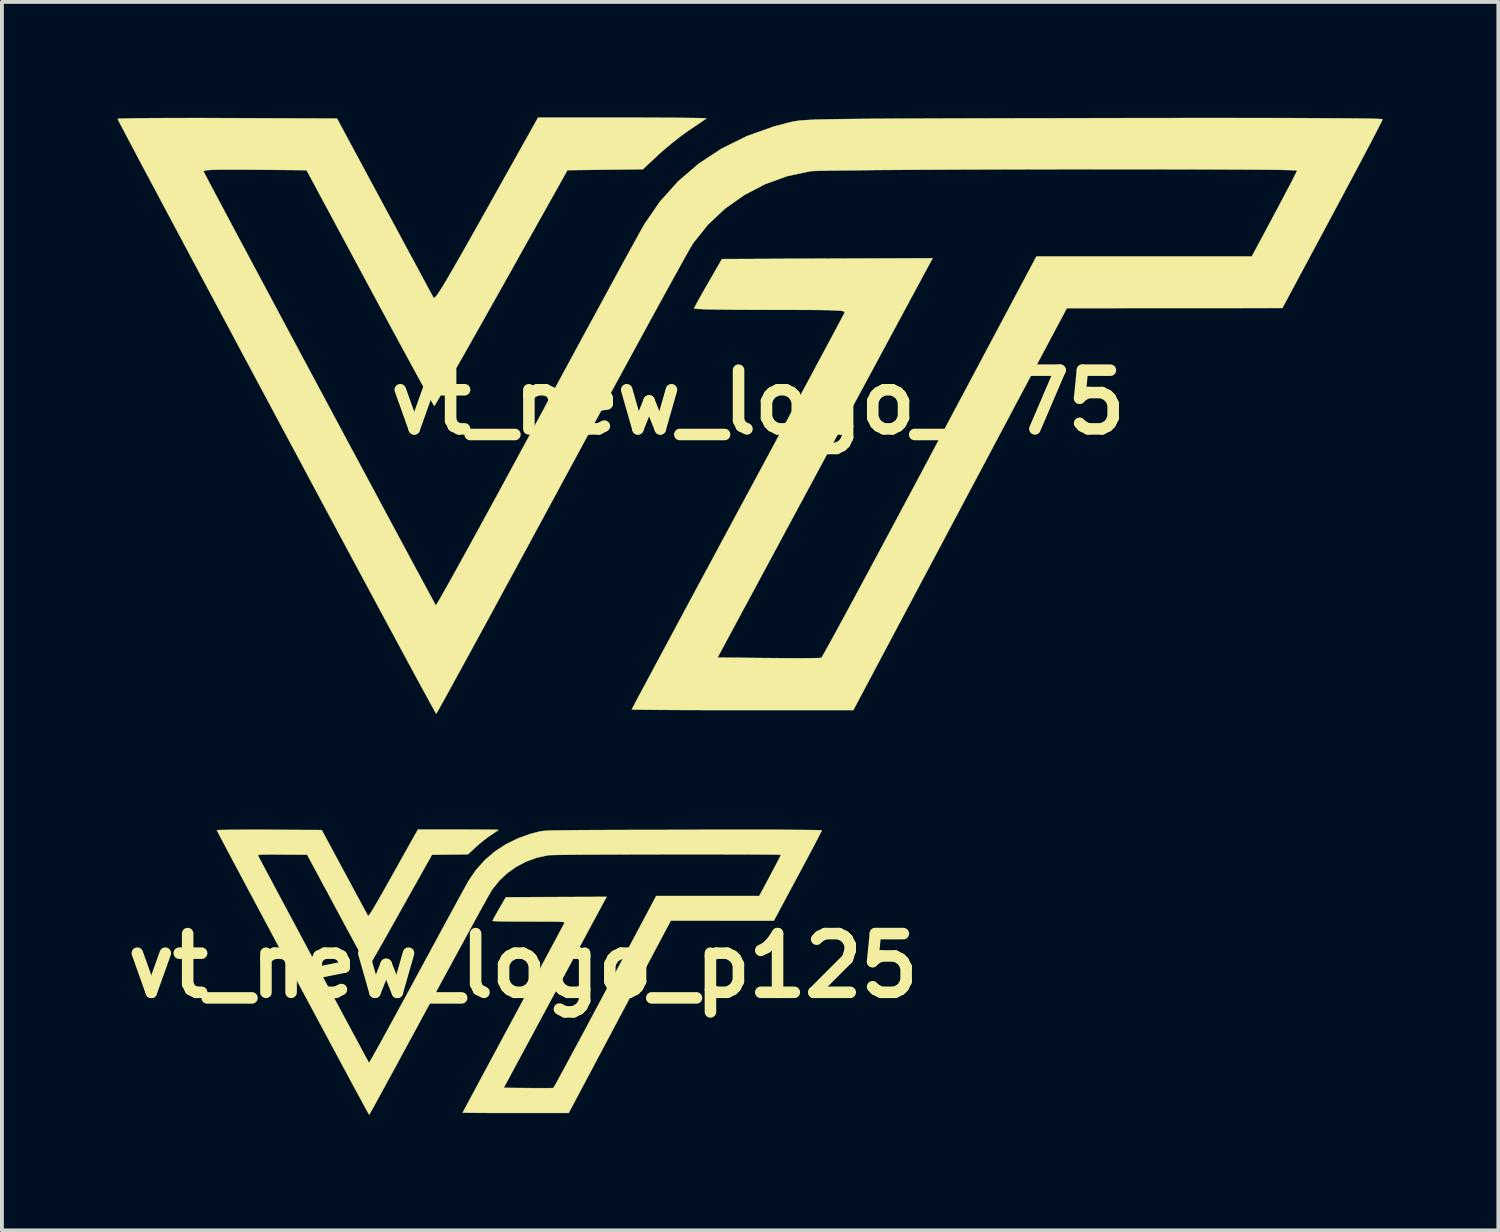
<source format=kicad_pcb>
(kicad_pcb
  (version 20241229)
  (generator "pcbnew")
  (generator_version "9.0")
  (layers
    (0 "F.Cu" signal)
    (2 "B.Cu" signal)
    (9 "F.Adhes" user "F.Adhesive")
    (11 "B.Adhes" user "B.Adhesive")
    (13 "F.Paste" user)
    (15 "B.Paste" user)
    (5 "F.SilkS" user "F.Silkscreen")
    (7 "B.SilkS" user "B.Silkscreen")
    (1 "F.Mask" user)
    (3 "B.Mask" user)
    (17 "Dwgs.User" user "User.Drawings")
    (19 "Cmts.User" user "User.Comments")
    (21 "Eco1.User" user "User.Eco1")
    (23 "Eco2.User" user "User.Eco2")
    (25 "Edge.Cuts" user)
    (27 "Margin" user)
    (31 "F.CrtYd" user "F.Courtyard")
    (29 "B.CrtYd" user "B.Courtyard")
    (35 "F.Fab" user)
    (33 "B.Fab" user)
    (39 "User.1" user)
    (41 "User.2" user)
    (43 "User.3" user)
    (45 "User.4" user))
  (footprint "vt_new_logo_p75"
    (layer "F.Cu")
    (at 16.63 7.394)
    (property "Reference" "vt_new_logo_p75" (at 0 0 0) (layer "F.SilkS") (effects (font (size 1.524 1.524) (thickness 0.3))))
    (attr through_hole)
    (fp_poly (pts (xy -3.079 -7.389) (xy -2.67 -7.388) (xy -2.299 -7.386) (xy -1.977 -7.384) (xy -1.711 -7.381) (xy -1.511 -7.378) (xy -1.385 -7.375) (xy -1.343 -7.371) (xy -1.343 -7.371) (xy -1.387 -7.339) (xy -1.491 -7.268) (xy -1.639 -7.168) (xy -1.778 -7.075) (xy -1.996 -6.919) (xy -2.241 -6.727) (xy -2.477 -6.529) (xy -2.592 -6.425) (xy -2.991 -6.052) (xy -3.97 -6.039) (xy -4.95 -6.027) (xy -6.665 -2.967) (xy -6.94 -2.478) (xy -7.201 -2.014) (xy -7.446 -1.579) (xy -7.671 -1.182) (xy -7.873 -0.827) (xy -8.048 -0.52) (xy -8.192 -0.269) (xy -8.302 -0.079) (xy -8.374 0.043) (xy -8.406 0.092) (xy -8.406 0.092) (xy -8.432 0.053) (xy -8.498 -0.062) (xy -8.6 -0.246) (xy -8.736 -0.492) (xy -8.901 -0.794) (xy -9.093 -1.147) (xy -9.308 -1.543) (xy -9.543 -1.976) (xy -9.794 -2.441) (xy -10.057 -2.931) (xy -10.077 -2.967) (xy -11.722 -6.027) (xy -13.071 -6.039) (xy -13.472 -6.042) (xy -13.789 -6.042) (xy -14.03 -6.04) (xy -14.203 -6.034) (xy -14.317 -6.026) (xy -14.379 -6.013) (xy -14.397 -5.997) (xy -14.397 -5.993) (xy -14.371 -5.943) (xy -14.306 -5.818) (xy -14.203 -5.623) (xy -14.065 -5.364) (xy -13.897 -5.047) (xy -13.7 -4.677) (xy -13.478 -4.261) (xy -13.233 -3.803) (xy -12.97 -3.31) (xy -12.69 -2.787) (xy -12.398 -2.239) (xy -12.095 -1.673) (xy -11.786 -1.095) (xy -11.472 -0.509) (xy -11.158 0.078) (xy -10.846 0.661) (xy -10.539 1.234) (xy -10.24 1.791) (xy -9.953 2.327) (xy -9.68 2.836) (xy -9.424 3.313) (xy -9.188 3.751) (xy -8.977 4.145) (xy -8.791 4.489) (xy -8.635 4.778) (xy -8.512 5.006) (xy -8.425 5.168) (xy -8.376 5.256) (xy -8.366 5.272) (xy -8.341 5.237) (xy -8.274 5.124) (xy -8.17 4.941) (xy -8.029 4.691) (xy -7.856 4.38) (xy -7.653 4.012) (xy -7.422 3.592) (xy -7.167 3.127) (xy -6.89 2.619) (xy -6.594 2.075) (xy -6.282 1.5) (xy -5.955 0.898) (xy -5.75 0.517) (xy -5.412 -0.107) (xy -5.084 -0.714) (xy -4.768 -1.297) (xy -4.467 -1.852) (xy -4.184 -2.372) (xy -3.923 -2.853) (xy -3.686 -3.288) (xy -3.477 -3.672) (xy -3.297 -4) (xy -3.151 -4.265) (xy -3.042 -4.464) (xy -2.971 -4.589) (xy -2.952 -4.623) (xy -2.548 -5.21) (xy -2.078 -5.734) (xy -1.544 -6.193) (xy -0.95 -6.585) (xy -0.297 -6.908) (xy 0.411 -7.161) (xy 0.808 -7.265) (xy 0.863 -7.278) (xy 0.919 -7.289) (xy 0.979 -7.3) (xy 1.048 -7.309) (xy 1.131 -7.317) (xy 1.232 -7.325) (xy 1.355 -7.332) (xy 1.506 -7.338) (xy 1.687 -7.343) (xy 1.904 -7.348) (xy 2.161 -7.352) (xy 2.463 -7.355) (xy 2.813 -7.359) (xy 3.217 -7.361) (xy 3.679 -7.364) (xy 4.203 -7.366) (xy 4.793 -7.368) (xy 5.455 -7.37) (xy 6.192 -7.372) (xy 7.008 -7.374) (xy 7.91 -7.375) (xy 8.717 -7.377) (xy 9.815 -7.379) (xy 10.829 -7.38) (xy 11.757 -7.381) (xy 12.599 -7.38) (xy 13.355 -7.38) (xy 14.024 -7.378) (xy 14.605 -7.375) (xy 15.097 -7.372) (xy 15.501 -7.369) (xy 15.814 -7.364) (xy 16.037 -7.359) (xy 16.169 -7.353) (xy 16.21 -7.347) (xy 16.189 -7.299) (xy 16.127 -7.177) (xy 16.03 -6.988) (xy 15.9 -6.739) (xy 15.742 -6.439) (xy 15.559 -6.092) (xy 15.354 -5.708) (xy 15.133 -5.293) (xy 14.909 -4.874) (xy 13.608 -2.448) (xy 10.81 -2.447) (xy 8.013 -2.445) (xy 5.242 2.771) (xy 2.471 7.988) (xy -0.404 7.988) (xy -0.91 7.988) (xy -1.387 7.988) (xy -1.829 7.987) (xy -2.226 7.985) (xy -2.571 7.983) (xy -2.857 7.98) (xy -3.075 7.978) (xy -3.218 7.975) (xy -3.278 7.972) (xy -3.279 7.971) (xy -3.257 7.929) (xy -3.195 7.81) (xy -3.094 7.62) (xy -2.956 7.363) (xy -2.786 7.045) (xy -2.584 6.669) (xy -2.355 6.242) (xy -2.1 5.767) (xy -1.823 5.25) (xy -1.525 4.696) (xy -1.209 4.11) (xy -0.879 3.495) (xy -0.536 2.858) (xy -0.533 2.853) (xy -0.189 2.215) (xy 0.143 1.598) (xy 0.46 1.009) (xy 0.76 0.451) (xy 1.039 -0.071) (xy 1.297 -0.55) (xy 1.529 -0.983) (xy 1.733 -1.364) (xy 1.907 -1.689) (xy 2.047 -1.953) (xy 2.152 -2.149) (xy 2.218 -2.275) (xy 2.243 -2.324) (xy 2.245 -2.343) (xy 2.23 -2.358) (xy 2.19 -2.371) (xy 2.117 -2.381) (xy 2.002 -2.388) (xy 1.839 -2.394) (xy 1.619 -2.397) (xy 1.335 -2.4) (xy 0.977 -2.401) (xy 0.539 -2.401) (xy 0.305 -2.401) (xy -0.111 -2.402) (xy -0.497 -2.404) (xy -0.844 -2.408) (xy -1.141 -2.413) (xy -1.38 -2.418) (xy -1.552 -2.425) (xy -1.646 -2.432) (xy -1.661 -2.436) (xy -1.638 -2.486) (xy -1.577 -2.601) (xy -1.485 -2.767) (xy -1.371 -2.969) (xy -1.299 -3.094) (xy -0.939 -3.718) (xy 1.795 -3.73) (xy 4.529 -3.741) (xy 4.286 -3.291) (xy 4.233 -3.191) (xy 4.138 -3.016) (xy 4.006 -2.771) (xy 3.839 -2.461) (xy 3.641 -2.093) (xy 3.415 -1.673) (xy 3.163 -1.205) (xy 2.888 -0.696) (xy 2.595 -0.151) (xy 2.285 0.424) (xy 1.963 1.023) (xy 1.63 1.64) (xy 1.494 1.893) (xy -1.055 6.627) (xy 0.268 6.639) (xy 0.61 6.642) (xy 0.923 6.643) (xy 1.194 6.643) (xy 1.412 6.641) (xy 1.563 6.638) (xy 1.637 6.634) (xy 1.642 6.633) (xy 1.669 6.59) (xy 1.737 6.471) (xy 1.843 6.28) (xy 1.985 6.022) (xy 2.159 5.702) (xy 2.363 5.325) (xy 2.595 4.895) (xy 2.852 4.417) (xy 3.132 3.897) (xy 3.43 3.339) (xy 3.746 2.748) (xy 4.077 2.129) (xy 4.419 1.487) (xy 4.458 1.413) (xy 7.225 -3.787) (xy 12.816 -3.787) (xy 13.405 -4.887) (xy 13.56 -5.179) (xy 13.7 -5.444) (xy 13.819 -5.671) (xy 13.911 -5.85) (xy 13.971 -5.969) (xy 13.993 -6.018) (xy 13.993 -6.019) (xy 13.948 -6.024) (xy 13.817 -6.029) (xy 13.606 -6.034) (xy 13.323 -6.038) (xy 12.973 -6.041) (xy 12.563 -6.044) (xy 12.099 -6.046) (xy 11.587 -6.048) (xy 11.035 -6.05) (xy 10.449 -6.051) (xy 9.835 -6.052) (xy 9.199 -6.052) (xy 8.548 -6.051) (xy 7.889 -6.051) (xy 7.227 -6.05) (xy 6.57 -6.048) (xy 5.924 -6.046) (xy 5.295 -6.044) (xy 4.689 -6.041) (xy 4.114 -6.038) (xy 3.575 -6.034) (xy 3.079 -6.031) (xy 2.632 -6.026) (xy 2.241 -6.022) (xy 1.913 -6.017) (xy 1.653 -6.012) (xy 1.469 -6.007) (xy 1.366 -6.001) (xy 1.356 -6) (xy 0.755 -5.872) (xy 0.178 -5.663) (xy -0.364 -5.379) (xy -0.861 -5.028) (xy -1.301 -4.615) (xy -1.674 -4.149) (xy -1.715 -4.087) (xy -1.761 -4.009) (xy -1.849 -3.854) (xy -1.975 -3.628) (xy -2.137 -3.335) (xy -2.333 -2.98) (xy -2.559 -2.568) (xy -2.813 -2.104) (xy -3.092 -1.593) (xy -3.394 -1.038) (xy -3.716 -0.447) (xy -4.055 0.178) (xy -4.409 0.831) (xy -4.775 1.507) (xy -5.128 2.159) (xy -5.499 2.846) (xy -5.859 3.51) (xy -6.204 4.148) (xy -6.533 4.753) (xy -6.842 5.323) (xy -7.13 5.852) (xy -7.394 6.336) (xy -7.631 6.77) (xy -7.839 7.15) (xy -8.015 7.472) (xy -8.158 7.73) (xy -8.264 7.921) (xy -8.331 8.04) (xy -8.357 8.082) (xy -8.357 8.082) (xy -8.381 8.042) (xy -8.446 7.924) (xy -8.551 7.733) (xy -8.693 7.472) (xy -8.87 7.146) (xy -9.08 6.758) (xy -9.32 6.313) (xy -9.589 5.813) (xy -9.885 5.264) (xy -10.205 4.669) (xy -10.547 4.033) (xy -10.909 3.358) (xy -11.289 2.65) (xy -11.684 1.912) (xy -12.093 1.147) (xy -12.505 0.379) (xy -12.925 -0.407) (xy -13.334 -1.171) (xy -13.728 -1.91) (xy -14.107 -2.619) (xy -14.468 -3.294) (xy -14.808 -3.932) (xy -15.125 -4.527) (xy -15.419 -5.078) (xy -15.685 -5.578) (xy -15.923 -6.025) (xy -16.13 -6.414) (xy -16.303 -6.742) (xy -16.442 -7.004) (xy -16.543 -7.196) (xy -16.605 -7.315) (xy -16.625 -7.357) (xy -16.581 -7.362) (xy -16.451 -7.367) (xy -16.245 -7.372) (xy -15.971 -7.375) (xy -15.635 -7.378) (xy -15.246 -7.379) (xy -14.813 -7.38) (xy -14.342 -7.38) (xy -13.842 -7.378) (xy -13.779 -7.378) (xy -10.932 -7.366) (xy -9.702 -5.08) (xy -9.472 -4.654) (xy -9.255 -4.251) (xy -9.055 -3.879) (xy -8.874 -3.545) (xy -8.719 -3.256) (xy -8.592 -3.021) (xy -8.498 -2.847) (xy -8.44 -2.741) (xy -8.425 -2.713) (xy -8.408 -2.708) (xy -8.376 -2.734) (xy -8.327 -2.796) (xy -8.257 -2.9) (xy -8.163 -3.051) (xy -8.043 -3.253) (xy -7.892 -3.512) (xy -7.708 -3.834) (xy -7.488 -4.223) (xy -7.228 -4.684) (xy -7.045 -5.01) (xy -5.713 -7.389) (xy -3.518 -7.389) (xy -3.079 -7.389)) (stroke (width 0.01) (type solid)) (fill yes) (layer "F.SilkS")))
  (footprint "vt_new_logo_p125"
    (layer "F.Cu")
    (at 10.53 22.02)
    (property "Reference" "vt_new_logo_p125" (at 0 0 0) (layer "F.SilkS") (effects (font (size 1.524 1.524) (thickness 0.3))))
    (attr through_hole)
    (fp_poly (pts (xy -1.473 -3.534) (xy -1.277 -3.533) (xy -1.1 -3.532) (xy -0.945 -3.531) (xy -0.818 -3.53) (xy -0.723 -3.529) (xy -0.663 -3.527) (xy -0.642 -3.525) (xy -0.642 -3.525) (xy -0.663 -3.51) (xy -0.713 -3.476) (xy -0.784 -3.428) (xy -0.85 -3.384) (xy -0.955 -3.309) (xy -1.072 -3.217) (xy -1.184 -3.123) (xy -1.24 -3.073) (xy -1.43 -2.894) (xy -1.899 -2.888) (xy -2.367 -2.882) (xy -3.188 -1.419) (xy -3.319 -1.185) (xy -3.444 -0.963) (xy -3.561 -0.755) (xy -3.669 -0.565) (xy -3.765 -0.395) (xy -3.849 -0.249) (xy -3.918 -0.129) (xy -3.97 -0.038) (xy -4.005 0.021) (xy -4.02 0.044) (xy -4.02 0.044) (xy -4.033 0.025) (xy -4.064 -0.03) (xy -4.113 -0.118) (xy -4.178 -0.235) (xy -4.257 -0.38) (xy -4.349 -0.548) (xy -4.452 -0.738) (xy -4.564 -0.945) (xy -4.684 -1.167) (xy -4.81 -1.402) (xy -4.819 -1.419) (xy -5.606 -2.882) (xy -6.251 -2.888) (xy -6.443 -2.89) (xy -6.595 -2.89) (xy -6.71 -2.889) (xy -6.793 -2.886) (xy -6.847 -2.882) (xy -6.877 -2.876) (xy -6.886 -2.868) (xy -6.885 -2.866) (xy -6.873 -2.842) (xy -6.842 -2.782) (xy -6.793 -2.689) (xy -6.727 -2.565) (xy -6.646 -2.414) (xy -6.552 -2.237) (xy -6.446 -2.038) (xy -6.329 -1.819) (xy -6.203 -1.583) (xy -6.069 -1.333) (xy -5.929 -1.071) (xy -5.785 -0.8) (xy -5.637 -0.524) (xy -5.487 -0.243) (xy -5.336 0.037) (xy -5.187 0.316) (xy -5.04 0.59) (xy -4.897 0.857) (xy -4.76 1.113) (xy -4.629 1.357) (xy -4.507 1.584) (xy -4.394 1.794) (xy -4.293 1.982) (xy -4.205 2.147) (xy -4.13 2.285) (xy -4.071 2.394) (xy -4.029 2.471) (xy -4.006 2.514) (xy -4.001 2.522) (xy -3.989 2.504) (xy -3.957 2.451) (xy -3.907 2.363) (xy -3.84 2.243) (xy -3.757 2.095) (xy -3.66 1.919) (xy -3.55 1.718) (xy -3.428 1.495) (xy -3.295 1.253) (xy -3.154 0.993) (xy -3.004 0.717) (xy -2.848 0.429) (xy -2.75 0.247) (xy -2.588 -0.051) (xy -2.431 -0.341) (xy -2.28 -0.62) (xy -2.136 -0.886) (xy -2.001 -1.135) (xy -1.876 -1.364) (xy -1.763 -1.572) (xy -1.663 -1.756) (xy -1.577 -1.913) (xy -1.507 -2.04) (xy -1.455 -2.135) (xy -1.421 -2.195) (xy -1.412 -2.211) (xy -1.219 -2.492) (xy -0.994 -2.742) (xy -0.739 -2.962) (xy -0.454 -3.149) (xy -0.142 -3.304) (xy 0.197 -3.425) (xy 0.387 -3.475) (xy 0.413 -3.481) (xy 0.439 -3.486) (xy 0.468 -3.491) (xy 0.501 -3.496) (xy 0.541 -3.5) (xy 0.589 -3.503) (xy 0.648 -3.506) (xy 0.72 -3.509) (xy 0.807 -3.512) (xy 0.911 -3.514) (xy 1.034 -3.516) (xy 1.178 -3.518) (xy 1.345 -3.519) (xy 1.539 -3.521) (xy 1.759 -3.522) (xy 2.01 -3.523) (xy 2.292 -3.524) (xy 2.609 -3.525) (xy 2.961 -3.526) (xy 3.352 -3.526) (xy 3.783 -3.527) (xy 4.169 -3.528) (xy 4.694 -3.529) (xy 5.179 -3.53) (xy 5.623 -3.53) (xy 6.026 -3.53) (xy 6.387 -3.529) (xy 6.707 -3.529) (xy 6.985 -3.527) (xy 7.221 -3.526) (xy 7.413 -3.524) (xy 7.563 -3.522) (xy 7.67 -3.519) (xy 7.733 -3.517) (xy 7.753 -3.514) (xy 7.742 -3.491) (xy 7.713 -3.432) (xy 7.666 -3.342) (xy 7.604 -3.223) (xy 7.529 -3.079) (xy 7.441 -2.914) (xy 7.343 -2.73) (xy 7.238 -2.532) (xy 7.13 -2.331) (xy 6.508 -1.171) (xy 5.17 -1.17) (xy 3.832 -1.17) (xy 2.507 1.325) (xy 1.182 3.82) (xy -0.193 3.821) (xy -0.435 3.821) (xy -0.664 3.82) (xy -0.875 3.82) (xy -1.065 3.819) (xy -1.23 3.818) (xy -1.366 3.817) (xy -1.471 3.815) (xy -1.539 3.814) (xy -1.568 3.813) (xy -1.568 3.812) (xy -1.558 3.792) (xy -1.528 3.735) (xy -1.48 3.644) (xy -1.414 3.522) (xy -1.332 3.369) (xy -1.236 3.19) (xy -1.126 2.985) (xy -1.004 2.758) (xy -0.872 2.511) (xy -0.729 2.246) (xy -0.578 1.965) (xy -0.42 1.672) (xy -0.256 1.367) (xy -0.255 1.365) (xy -0.09 1.059) (xy 0.068 0.764) (xy 0.22 0.482) (xy 0.363 0.216) (xy 0.497 -0.034) (xy 0.62 -0.263) (xy 0.731 -0.47) (xy 0.829 -0.653) (xy 0.912 -0.808) (xy 0.979 -0.934) (xy 1.029 -1.028) (xy 1.061 -1.088) (xy 1.073 -1.111) (xy 1.074 -1.12) (xy 1.066 -1.128) (xy 1.047 -1.134) (xy 1.012 -1.139) (xy 0.958 -1.142) (xy 0.88 -1.145) (xy 0.775 -1.147) (xy 0.638 -1.148) (xy 0.467 -1.148) (xy 0.258 -1.149) (xy 0.146 -1.149) (xy -0.053 -1.149) (xy -0.238 -1.15) (xy -0.404 -1.152) (xy -0.546 -1.154) (xy -0.66 -1.157) (xy -0.742 -1.16) (xy -0.787 -1.163) (xy -0.794 -1.165) (xy -0.783 -1.189) (xy -0.754 -1.244) (xy -0.71 -1.323) (xy -0.656 -1.42) (xy -0.621 -1.48) (xy -0.449 -1.778) (xy 0.859 -1.784) (xy 2.166 -1.789) (xy 2.05 -1.574) (xy 2.024 -1.526) (xy 1.979 -1.442) (xy 1.916 -1.325) (xy 1.836 -1.177) (xy 1.741 -1.001) (xy 1.633 -0.8) (xy 1.513 -0.576) (xy 1.381 -0.333) (xy 1.241 -0.072) (xy 1.093 0.203) (xy 0.939 0.489) (xy 0.78 0.785) (xy 0.714 0.906) (xy -0.505 3.169) (xy 0.128 3.175) (xy 0.292 3.177) (xy 0.441 3.177) (xy 0.571 3.177) (xy 0.675 3.176) (xy 0.748 3.175) (xy 0.783 3.173) (xy 0.785 3.172) (xy 0.798 3.152) (xy 0.831 3.095) (xy 0.882 3.004) (xy 0.949 2.88) (xy 1.033 2.727) (xy 1.13 2.547) (xy 1.241 2.341) (xy 1.364 2.113) (xy 1.498 1.864) (xy 1.641 1.597) (xy 1.792 1.314) (xy 1.95 1.018) (xy 2.113 0.711) (xy 2.132 0.676) (xy 3.455 -1.811) (xy 6.13 -1.811) (xy 6.411 -2.337) (xy 6.485 -2.477) (xy 6.552 -2.603) (xy 6.609 -2.712) (xy 6.653 -2.798) (xy 6.682 -2.855) (xy 6.692 -2.878) (xy 6.692 -2.878) (xy 6.671 -2.881) (xy 6.608 -2.883) (xy 6.507 -2.886) (xy 6.372 -2.888) (xy 6.204 -2.889) (xy 6.008 -2.891) (xy 5.786 -2.892) (xy 5.542 -2.893) (xy 5.278 -2.893) (xy 4.997 -2.894) (xy 4.704 -2.894) (xy 4.4 -2.894) (xy 4.088 -2.894) (xy 3.773 -2.894) (xy 3.457 -2.893) (xy 3.142 -2.893) (xy 2.833 -2.892) (xy 2.532 -2.89) (xy 2.243 -2.889) (xy 1.967 -2.888) (xy 1.71 -2.886) (xy 1.472 -2.884) (xy 1.259 -2.882) (xy 1.072 -2.88) (xy 0.915 -2.878) (xy 0.791 -2.875) (xy 0.703 -2.873) (xy 0.653 -2.87) (xy 0.649 -2.869) (xy 0.361 -2.808) (xy 0.085 -2.708) (xy -0.174 -2.573) (xy -0.412 -2.405) (xy -0.622 -2.207) (xy -0.8 -1.984) (xy -0.82 -1.955) (xy -0.842 -1.917) (xy -0.884 -1.843) (xy -0.945 -1.735) (xy -1.022 -1.595) (xy -1.116 -1.425) (xy -1.224 -1.228) (xy -1.345 -1.006) (xy -1.479 -0.762) (xy -1.623 -0.497) (xy -1.777 -0.214) (xy -1.939 0.085) (xy -2.109 0.397) (xy -2.284 0.721) (xy -2.452 1.033) (xy -2.63 1.361) (xy -2.802 1.679) (xy -2.967 1.984) (xy -3.125 2.273) (xy -3.272 2.546) (xy -3.41 2.799) (xy -3.536 3.03) (xy -3.649 3.238) (xy -3.749 3.42) (xy -3.833 3.574) (xy -3.901 3.697) (xy -3.952 3.788) (xy -3.984 3.845) (xy -3.997 3.865) (xy -3.997 3.865) (xy -4.008 3.846) (xy -4.04 3.79) (xy -4.09 3.698) (xy -4.158 3.574) (xy -4.242 3.418) (xy -4.343 3.232) (xy -4.458 3.019) (xy -4.586 2.78) (xy -4.728 2.518) (xy -4.881 2.233) (xy -5.044 1.929) (xy -5.217 1.606) (xy -5.399 1.267) (xy -5.588 0.914) (xy -5.784 0.549) (xy -5.98 0.181) (xy -6.182 -0.195) (xy -6.377 -0.56) (xy -6.566 -0.913) (xy -6.747 -1.253) (xy -6.919 -1.575) (xy -7.082 -1.88) (xy -7.234 -2.165) (xy -7.374 -2.428) (xy -7.502 -2.668) (xy -7.615 -2.881) (xy -7.714 -3.068) (xy -7.797 -3.224) (xy -7.864 -3.35) (xy -7.912 -3.442) (xy -7.942 -3.499) (xy -7.951 -3.518) (xy -7.93 -3.521) (xy -7.868 -3.524) (xy -7.769 -3.526) (xy -7.638 -3.527) (xy -7.478 -3.528) (xy -7.292 -3.529) (xy -7.084 -3.53) (xy -6.859 -3.529) (xy -6.62 -3.529) (xy -6.59 -3.529) (xy -5.228 -3.523) (xy -4.64 -2.43) (xy -4.53 -2.226) (xy -4.426 -2.033) (xy -4.331 -1.855) (xy -4.244 -1.695) (xy -4.17 -1.557) (xy -4.109 -1.445) (xy -4.064 -1.362) (xy -4.037 -1.311) (xy -4.029 -1.297) (xy -4.021 -1.295) (xy -4.006 -1.308) (xy -3.982 -1.337) (xy -3.949 -1.387) (xy -3.904 -1.459) (xy -3.847 -1.556) (xy -3.774 -1.68) (xy -3.686 -1.834) (xy -3.581 -2.02) (xy -3.457 -2.24) (xy -3.37 -2.396) (xy -2.732 -3.534) (xy -1.683 -3.534) (xy -1.473 -3.534)) (stroke (width 0.01) (type solid)) (fill yes) (layer "F.SilkS")))
  (gr_rect
    (start -3 -3)
    (end 35.845 28.89)
    (stroke (width 0.1) (type default))
    (fill no)
    (layer "Edge.Cuts")))
</source>
